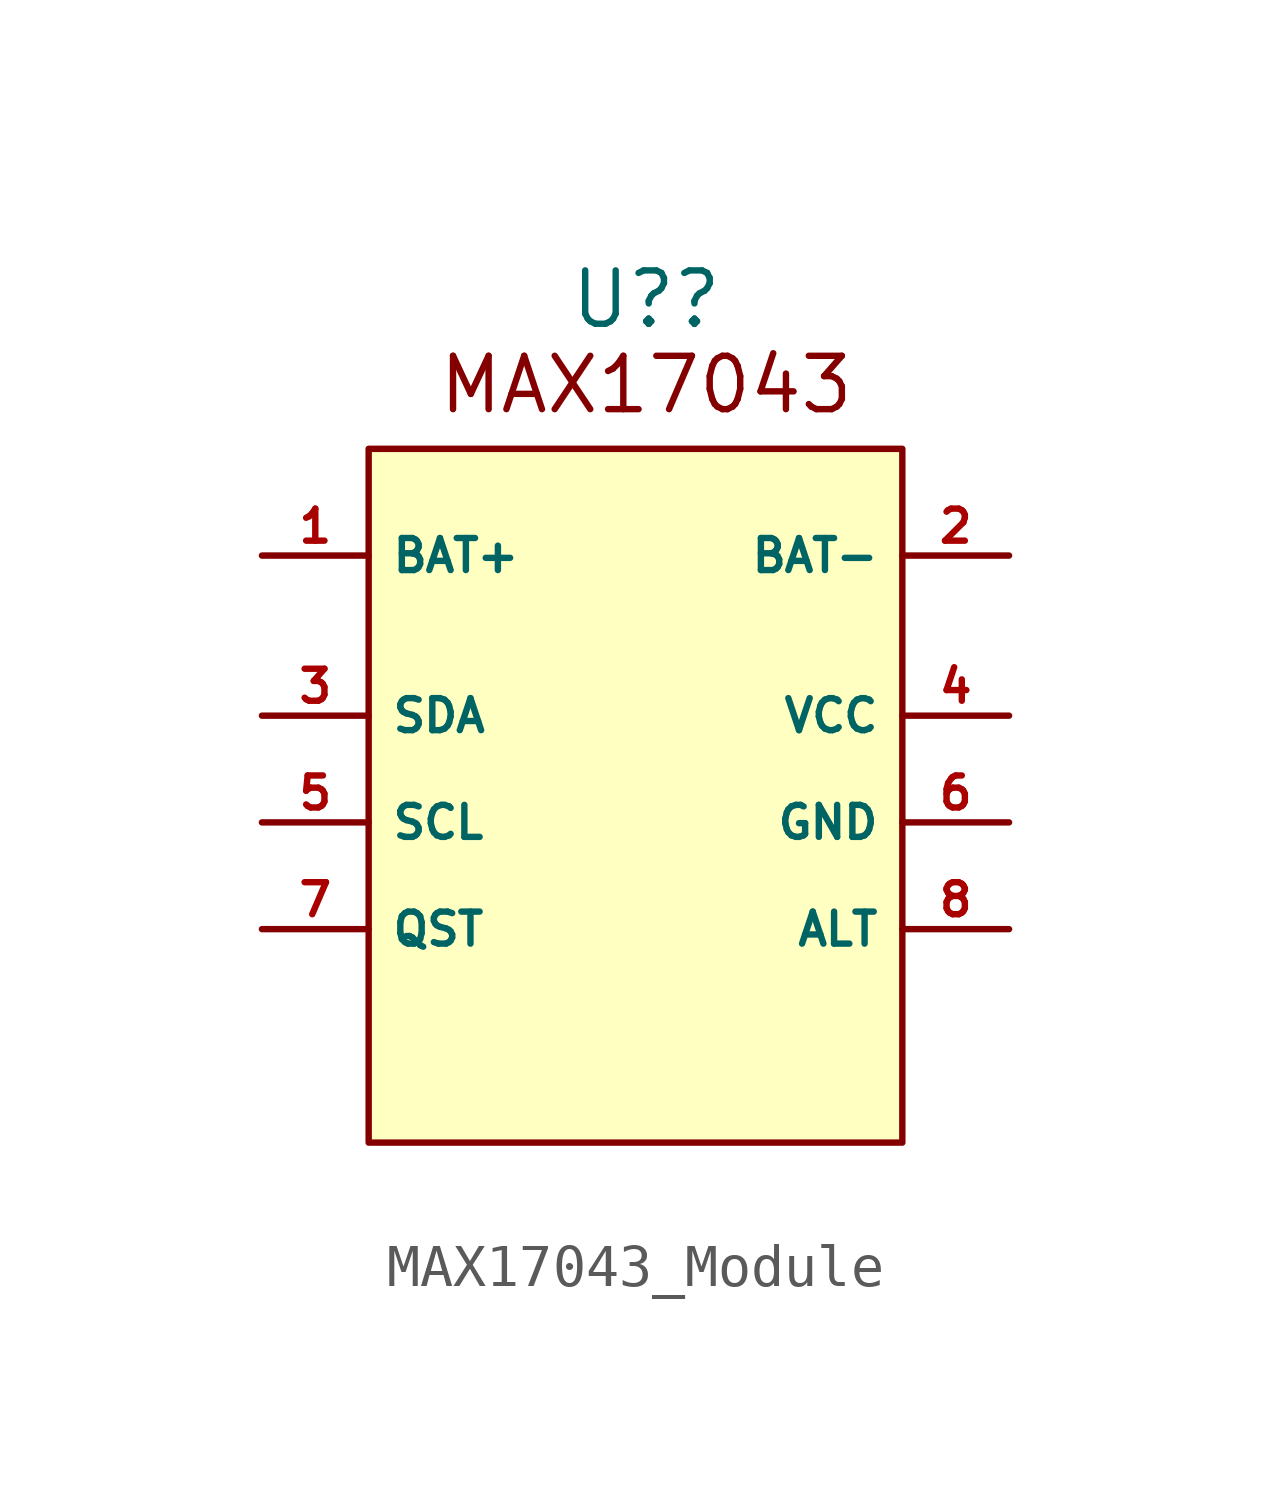
<source format=kicad_sym>
(kicad_symbol_lib
  (version 20231120)
  (generator "kicad_symbol_editor")
  (generator_version "8.0")
  (symbol "MAX17043_Module"
    (property "Reference" "U?"
      (at 0.254 8.636 0)
      (effects (font (size 1.27 1.27))))
    (property "Value" ""
      (at -2.54 6.35 0)
      (effects (font (size 1.27 1.27))))
    (symbol "MAX17043_Module_1_1"
      (rectangle (start -6.35 5.08) (end 6.35 -11.43) (stroke (width 0) (type default)) (fill (type background)))
      (text "MAX17043" (at 0.254 6.604 0) (effects (font (size 1.27 1.27))))
      (pin input line (at -8.89 2.54 0) (length 2.54) (name "BAT+" (effects (font (size 0.762 0.762)))) (number "1" (effects (font (size 0.762 0.762)))))
      (pin input line (at 8.89 2.54 180) (length 2.54) (name "BAT-" (effects (font (size 0.762 0.762)))) (number "2" (effects (font (size 0.762 0.762)))))
      (pin output line (at -8.89 -1.27 0) (length 2.54) (name "SDA" (effects (font (size 0.762 0.762)))) (number "3" (effects (font (size 0.762 0.762)))))
      (pin input line (at 8.89 -1.27 180) (length 2.54) (name "VCC" (effects (font (size 0.762 0.762)))) (number "4" (effects (font (size 0.762 0.762)))))
      (pin output line (at -8.89 -3.81 0) (length 2.54) (name "SCL" (effects (font (size 0.762 0.762)))) (number "5" (effects (font (size 0.762 0.762)))))
      (pin input line (at 8.89 -3.81 180) (length 2.54) (name "GND" (effects (font (size 0.762 0.762)))) (number "6" (effects (font (size 0.762 0.762)))))
      (pin output line (at -8.89 -6.35 0) (length 2.54) (name "QST" (effects (font (size 0.762 0.762)))) (number "7" (effects (font (size 0.762 0.762)))))
      (pin output line (at 8.89 -6.35 180) (length 2.54) (name "ALT" (effects (font (size 0.762 0.762)))) (number "8" (effects (font (size 0.762 0.762))))))))
</source>
